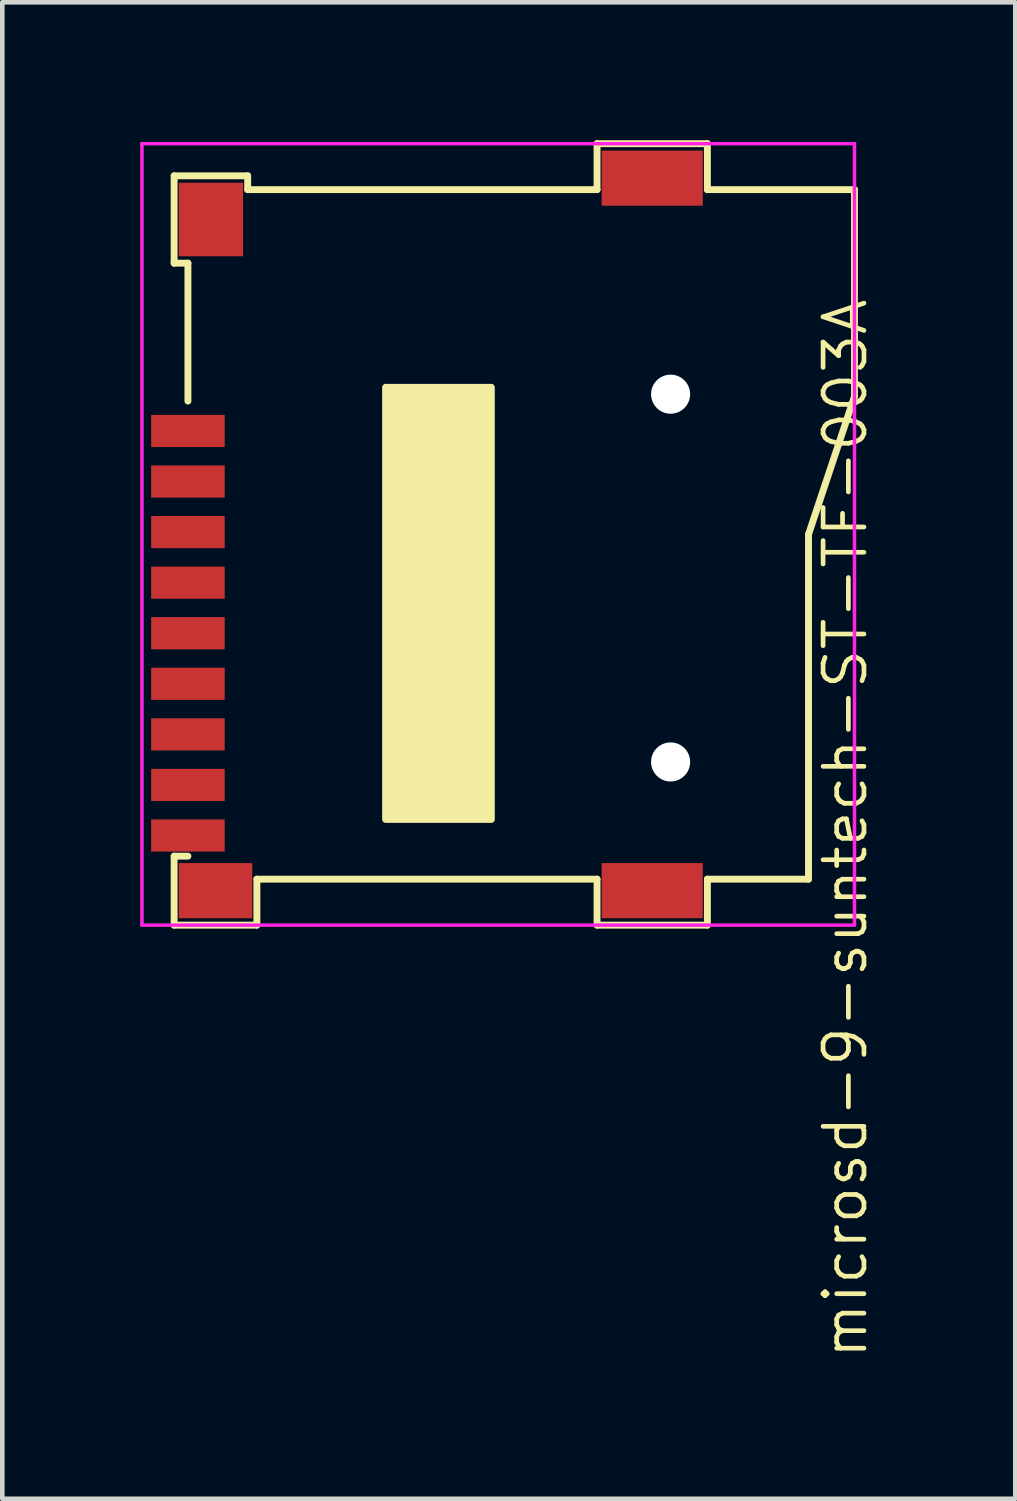
<source format=kicad_pcb>
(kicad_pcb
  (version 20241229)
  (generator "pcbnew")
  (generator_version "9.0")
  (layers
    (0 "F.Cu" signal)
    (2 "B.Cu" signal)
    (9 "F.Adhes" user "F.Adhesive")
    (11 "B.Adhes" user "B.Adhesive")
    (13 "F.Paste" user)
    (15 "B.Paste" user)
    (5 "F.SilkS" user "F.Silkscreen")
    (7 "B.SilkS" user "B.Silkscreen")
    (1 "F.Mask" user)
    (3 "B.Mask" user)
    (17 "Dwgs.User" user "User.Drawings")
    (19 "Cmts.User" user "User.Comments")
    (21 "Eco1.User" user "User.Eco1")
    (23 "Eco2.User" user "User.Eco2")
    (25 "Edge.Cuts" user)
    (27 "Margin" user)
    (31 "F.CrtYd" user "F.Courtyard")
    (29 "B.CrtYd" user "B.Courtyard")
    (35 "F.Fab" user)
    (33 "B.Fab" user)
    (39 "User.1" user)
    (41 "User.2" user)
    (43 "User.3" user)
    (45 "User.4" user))
  (footprint "microsd-9-suntech-ST-TF-003A"
    (layer "F.Cu")
    (at 11.538 8.575)
    (property "Reference" "microsd-9-suntech-ST-TF-003A" (at 3.8 6.4 90) (layer "F.SilkS") (effects (font (size 0.889 0.889) (thickness 0.102))))
    (attr smd)
    (fp_line (start -10.8 -7.8) (end -10.8 -5.9) (stroke (width 0.15) (type solid)) (layer "F.SilkS"))
    (fp_line (start -10.8 -5.9) (end -10.5 -5.9) (stroke (width 0.15) (type solid)) (layer "F.SilkS"))
    (fp_line (start -10.8 7) (end -10.5 7) (stroke (width 0.15) (type solid)) (layer "F.SilkS"))
    (fp_line (start -10.8 8.5) (end -10.8 7) (stroke (width 0.15) (type solid)) (layer "F.SilkS"))
    (fp_line (start -10.5 -5.9) (end -10.5 -2.9) (stroke (width 0.15) (type solid)) (layer "F.SilkS"))
    (fp_line (start -9.2 -7.8) (end -10.8 -7.8) (stroke (width 0.15) (type solid)) (layer "F.SilkS"))
    (fp_line (start -9.2 -7.5) (end -9.2 -7.8) (stroke (width 0.15) (type solid)) (layer "F.SilkS"))
    (fp_line (start -9.2 -7.5) (end -1.6 -7.5) (stroke (width 0.15) (type solid)) (layer "F.SilkS"))
    (fp_line (start -9 7.5) (end -9 8.5) (stroke (width 0.15) (type solid)) (layer "F.SilkS"))
    (fp_line (start -9 7.5) (end -1.6 7.5) (stroke (width 0.15) (type solid)) (layer "F.SilkS"))
    (fp_line (start -9 8.5) (end -10.8 8.5) (stroke (width 0.15) (type solid)) (layer "F.SilkS"))
    (fp_line (start -1.6 -8.5) (end 0.8 -8.5) (stroke (width 0.15) (type solid)) (layer "F.SilkS"))
    (fp_line (start -1.6 -7.5) (end -1.6 -8.5) (stroke (width 0.15) (type solid)) (layer "F.SilkS"))
    (fp_line (start -1.6 8.5) (end -1.6 7.5) (stroke (width 0.15) (type solid)) (layer "F.SilkS"))
    (fp_line (start 0.8 -8.5) (end 0.8 -7.5) (stroke (width 0.15) (type solid)) (layer "F.SilkS"))
    (fp_line (start 0.8 -7.5) (end 4 -7.5) (stroke (width 0.15) (type solid)) (layer "F.SilkS"))
    (fp_line (start 0.8 7.5) (end 0.8 8.5) (stroke (width 0.15) (type solid)) (layer "F.SilkS"))
    (fp_line (start 0.8 7.5) (end 3 7.5) (stroke (width 0.15) (type solid)) (layer "F.SilkS"))
    (fp_line (start 0.8 8.5) (end -1.6 8.5) (stroke (width 0.15) (type solid)) (layer "F.SilkS"))
    (fp_line (start 3 0) (end 4 -3) (stroke (width 0.15) (type solid)) (layer "F.SilkS"))
    (fp_line (start 3 7.5) (end 3 0) (stroke (width 0.15) (type solid)) (layer "F.SilkS"))
    (fp_line (start 4 -7.5) (end 4 -3) (stroke (width 0.15) (type solid)) (layer "F.SilkS"))
    (fp_poly (pts (xy -3.9 -3.2) (xy -3.9 6.2) (xy -6.2 6.2) (xy -6.2 -3.2)) (stroke (width 0.15) (type solid)) (fill yes) (layer "F.SilkS"))
    (fp_line (start -11.5 -8.5) (end 4 -8.5) (stroke (width 0.076) (type solid)) (layer "F.CrtYd"))
    (fp_line (start -11.5 8.5) (end -11.5 -8.5) (stroke (width 0.076) (type solid)) (layer "F.CrtYd"))
    (fp_line (start 4 -8.5) (end 4 8.5) (stroke (width 0.076) (type solid)) (layer "F.CrtYd"))
    (fp_line (start 4 8.5) (end -11.5 8.5) (stroke (width 0.076) (type solid)) (layer "F.CrtYd"))
    (pad "" np_thru_hole circle (at 0 -3.05) (size 0.85 0.85) (drill 0.85) (layers "*.Cu" "*.Mask"))
    (pad "" np_thru_hole circle (at 0 4.95) (size 0.85 0.85) (drill 0.85) (layers "*.Cu" "*.Mask"))
    (pad "1" smd rect (at -10.5 -2.25) (size 1.6 0.7) (layers "F.Cu" "F.Mask" "F.Paste"))
    (pad "2" smd rect (at -10.5 -1.15) (size 1.6 0.7) (layers "F.Cu" "F.Mask" "F.Paste"))
    (pad "3" smd rect (at -10.5 -0.05) (size 1.6 0.7) (layers "F.Cu" "F.Mask" "F.Paste"))
    (pad "4" smd rect (at -10.5 1.05) (size 1.6 0.7) (layers "F.Cu" "F.Mask" "F.Paste"))
    (pad "5" smd rect (at -10.5 2.15) (size 1.6 0.7) (layers "F.Cu" "F.Mask" "F.Paste"))
    (pad "6" smd rect (at -10.5 3.25) (size 1.6 0.7) (layers "F.Cu" "F.Mask" "F.Paste"))
    (pad "7" smd rect (at -10.5 4.35) (size 1.6 0.7) (layers "F.Cu" "F.Mask" "F.Paste"))
    (pad "8" smd rect (at -10.5 5.45) (size 1.6 0.7) (layers "F.Cu" "F.Mask" "F.Paste"))
    (pad "9" smd rect (at -10.5 6.55) (size 1.6 0.7) (layers "F.Cu" "F.Mask" "F.Paste"))
    (pad "G1" smd rect (at -9.9 7.75) (size 1.6 1.2) (layers "F.Cu" "F.Mask" "F.Paste"))
    (pad "G2" smd rect (at -0.4 7.75) (size 2.2 1.2) (layers "F.Cu" "F.Mask" "F.Paste"))
    (pad "G3" smd rect (at -0.4 -7.75) (size 2.2 1.2) (layers "F.Cu" "F.Mask" "F.Paste"))
    (pad "G4" smd rect (at -10 -6.85) (size 1.4 1.6) (layers "F.Cu" "F.Mask" "F.Paste")))
  (gr_rect
    (start -3 -3)
    (end 19.036 29.553)
    (stroke (width 0.1) (type default))
    (fill no)
    (layer "Edge.Cuts")))
</source>
